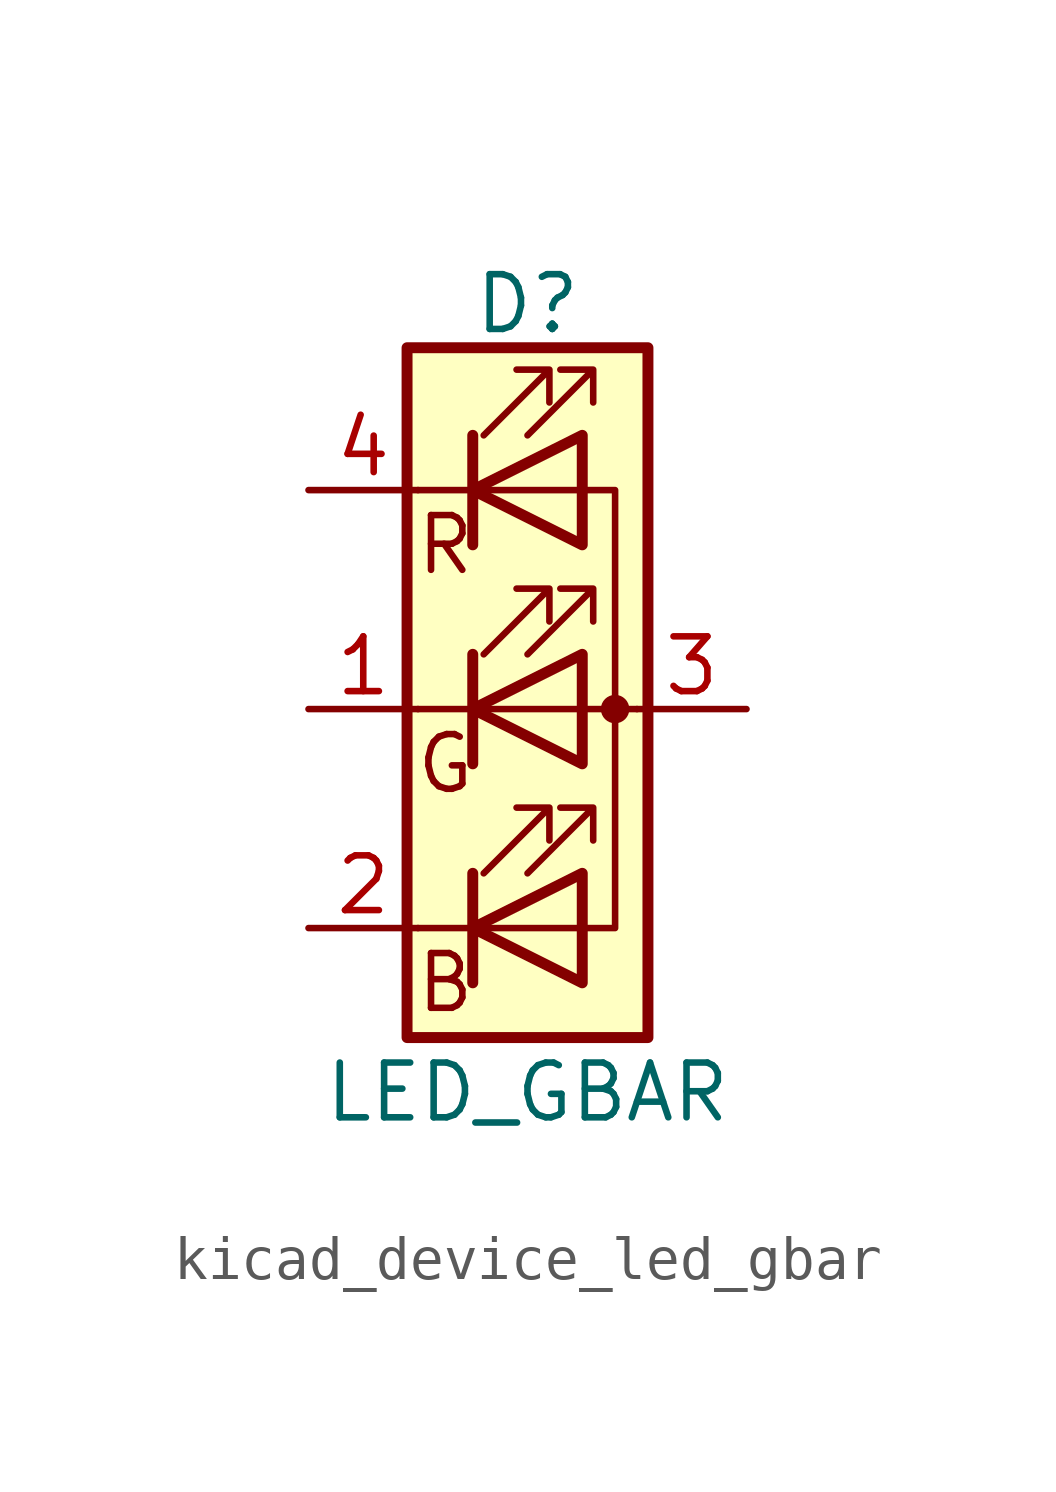
<source format=kicad_sym>
(kicad_symbol_lib
  (version 20220914)
  (generator kicad_symbol_editor)
  (symbol "kicad_device_led_gbar"
    (pin_names
      (offset 0) hide)
    (property "Reference" "D"
      (at 0 9.398 0)
      (effects (font (size 1.27 1.27))))
    (property "Value" "LED_GBAR"
      (at 0 -8.89 0)
      (effects (font (size 1.27 1.27))))
    (symbol "kicad_device_led_gbar_0_0"
      (text "B" (at -1.905 -6.35 0) (effects (font (size 1.27 1.27))))
      (text "G" (at -1.905 -1.27 0) (effects (font (size 1.27 1.27))))
      (text "R" (at -1.905 3.81 0) (effects (font (size 1.27 1.27)))))
    (symbol "kicad_device_led_gbar_0_1"
      (polyline (pts (xy -1.27 -5.08) (xy -2.54 -5.08)) (stroke (width 0) (type default)) (fill (type none)))
      (polyline (pts (xy -1.27 -5.08) (xy 1.27 -5.08)) (stroke (width 0) (type default)) (fill (type none)))
      (polyline (pts (xy -1.27 -3.81) (xy -1.27 -6.35)) (stroke (width 0.254) (type default)) (fill (type none)))
      (polyline (pts (xy -1.27 0) (xy -2.54 0)) (stroke (width 0) (type default)) (fill (type none)))
      (polyline (pts (xy -1.27 1.27) (xy -1.27 -1.27)) (stroke (width 0.254) (type default)) (fill (type none)))
      (polyline (pts (xy -1.27 5.08) (xy -2.54 5.08)) (stroke (width 0) (type default)) (fill (type none)))
      (polyline (pts (xy -1.27 5.08) (xy 1.27 5.08)) (stroke (width 0) (type default)) (fill (type none)))
      (polyline (pts (xy -1.27 6.35) (xy -1.27 3.81)) (stroke (width 0.254) (type default)) (fill (type none)))
      (polyline (pts (xy 1.27 0) (xy -1.27 0)) (stroke (width 0) (type default)) (fill (type none)))
      (polyline (pts (xy 1.27 0) (xy 2.54 0)) (stroke (width 0) (type default)) (fill (type none)))
      (polyline (pts (xy -1.27 1.27) (xy -1.27 -1.27) (xy -1.27 -1.27)) (stroke (width 0) (type default)) (fill (type none)))
      (polyline (pts (xy -1.27 6.35) (xy -1.27 3.81) (xy -1.27 3.81)) (stroke (width 0) (type default)) (fill (type none)))
      (polyline (pts (xy 1.27 -5.08) (xy 2.032 -5.08) (xy 2.032 5.08) (xy 1.27 5.08)) (stroke (width 0) (type default)) (fill (type none)))
      (polyline (pts (xy 1.27 -3.81) (xy 1.27 -6.35) (xy -1.27 -5.08) (xy 1.27 -3.81)) (stroke (width 0.254) (type default)) (fill (type none)))
      (polyline (pts (xy 1.27 1.27) (xy 1.27 -1.27) (xy -1.27 0) (xy 1.27 1.27)) (stroke (width 0.254) (type default)) (fill (type none)))
      (polyline (pts (xy 1.27 6.35) (xy 1.27 3.81) (xy -1.27 5.08) (xy 1.27 6.35)) (stroke (width 0.254) (type default)) (fill (type none)))
      (polyline (pts (xy -1.016 -3.81) (xy 0.508 -2.286) (xy -0.254 -2.286) (xy 0.508 -2.286) (xy 0.508 -3.048)) (stroke (width 0) (type default)) (fill (type none)))
      (polyline (pts (xy -1.016 1.27) (xy 0.508 2.794) (xy -0.254 2.794) (xy 0.508 2.794) (xy 0.508 2.032)) (stroke (width 0) (type default)) (fill (type none)))
      (polyline (pts (xy -1.016 6.35) (xy 0.508 7.874) (xy -0.254 7.874) (xy 0.508 7.874) (xy 0.508 7.112)) (stroke (width 0) (type default)) (fill (type none)))
      (polyline (pts (xy 0 -3.81) (xy 1.524 -2.286) (xy 0.762 -2.286) (xy 1.524 -2.286) (xy 1.524 -3.048)) (stroke (width 0) (type default)) (fill (type none)))
      (polyline (pts (xy 0 1.27) (xy 1.524 2.794) (xy 0.762 2.794) (xy 1.524 2.794) (xy 1.524 2.032)) (stroke (width 0) (type default)) (fill (type none)))
      (polyline (pts (xy 0 6.35) (xy 1.524 7.874) (xy 0.762 7.874) (xy 1.524 7.874) (xy 1.524 7.112)) (stroke (width 0) (type default)) (fill (type none)))
      (rectangle (start 1.27 -1.27) (end 1.27 1.27) (stroke (width 0) (type default)) (fill (type none)))
      (rectangle (start 1.27 1.27) (end 1.27 1.27) (stroke (width 0) (type default)) (fill (type none)))
      (rectangle (start 1.27 3.81) (end 1.27 6.35) (stroke (width 0) (type default)) (fill (type none)))
      (rectangle (start 1.27 6.35) (end 1.27 6.35) (stroke (width 0) (type default)) (fill (type none)))
      (circle (center 2.032 0) (radius 0.254) (stroke (width 0) (type default)) (fill (type outline)))
      (rectangle (start 2.794 8.382) (end -2.794 -7.62) (stroke (width 0.254) (type default)) (fill (type background))))
    (symbol "kicad_device_led_gbar_1_1"
      (pin passive line (at -5.08 0 0) (length 2.54) (name "GK" (effects (font (size 1.27 1.27)))) (number "1" (effects (font (size 1.27 1.27)))))
      (pin passive line (at -5.08 -5.08 0) (length 2.54) (name "BK" (effects (font (size 1.27 1.27)))) (number "2" (effects (font (size 1.27 1.27)))))
      (pin passive line (at 5.08 0 180) (length 2.54) (name "A" (effects (font (size 1.27 1.27)))) (number "3" (effects (font (size 1.27 1.27)))))
      (pin passive line (at -5.08 5.08 0) (length 2.54) (name "RK" (effects (font (size 1.27 1.27)))) (number "4" (effects (font (size 1.27 1.27))))))))
</source>
